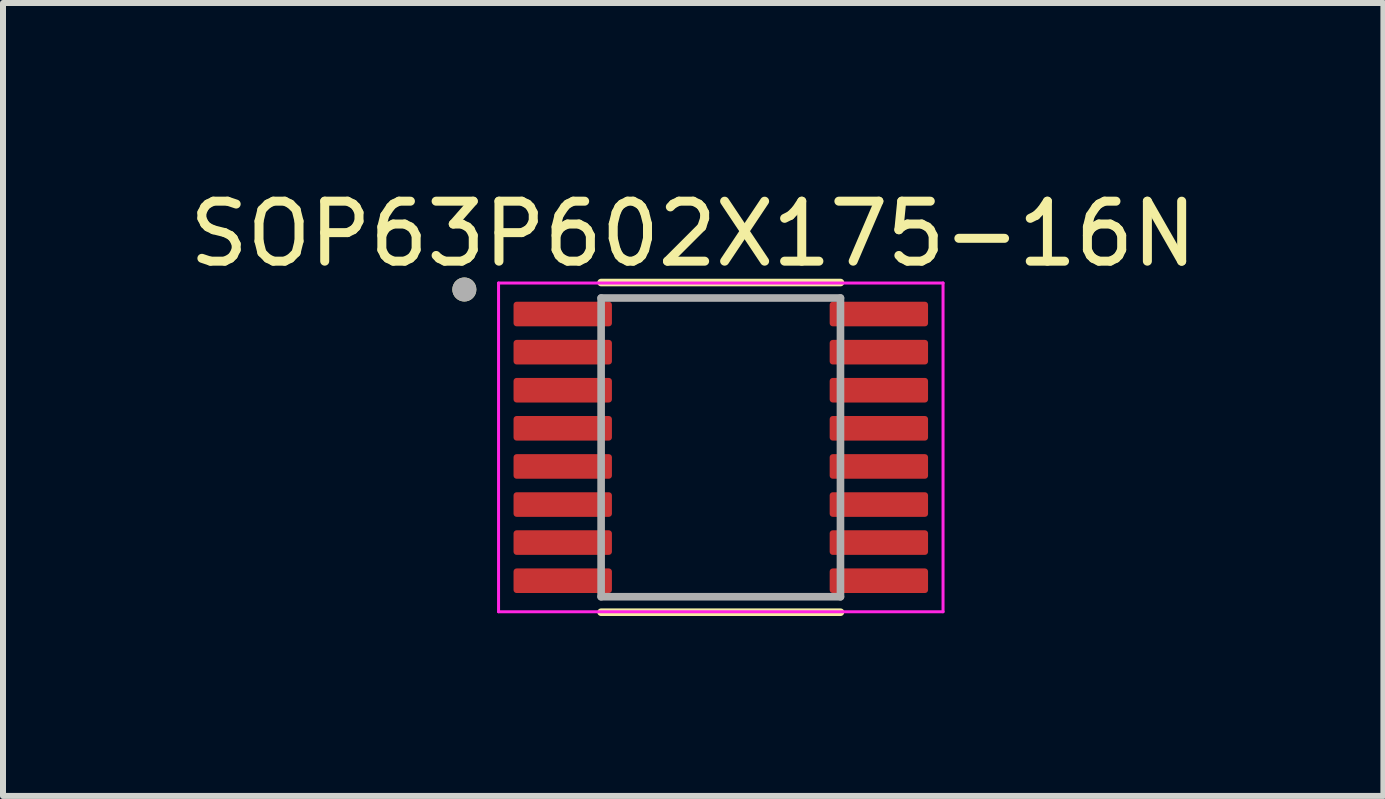
<source format=kicad_pcb>
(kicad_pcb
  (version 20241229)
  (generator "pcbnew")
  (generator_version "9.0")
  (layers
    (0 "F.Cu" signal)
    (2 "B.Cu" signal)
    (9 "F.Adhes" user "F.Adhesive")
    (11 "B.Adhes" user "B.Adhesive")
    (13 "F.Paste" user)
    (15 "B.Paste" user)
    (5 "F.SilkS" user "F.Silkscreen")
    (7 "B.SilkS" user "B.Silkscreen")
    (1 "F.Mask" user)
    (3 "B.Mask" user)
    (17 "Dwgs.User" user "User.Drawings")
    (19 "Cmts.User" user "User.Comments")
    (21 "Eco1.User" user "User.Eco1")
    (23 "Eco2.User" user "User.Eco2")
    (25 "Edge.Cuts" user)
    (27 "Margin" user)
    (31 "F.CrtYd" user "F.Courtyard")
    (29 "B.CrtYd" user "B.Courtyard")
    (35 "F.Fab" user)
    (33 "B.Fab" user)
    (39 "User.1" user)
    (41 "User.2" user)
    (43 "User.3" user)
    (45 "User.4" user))
  (footprint "SOP63P602X175-16N"
    (layer "F.Cu")
    (at 8.966 4.408)
    (property "Reference" "SOP63P602X175-16N" (at -0.46 -3.559 0) (layer "F.SilkS") (effects (font (size 1 1) (thickness 0.15))))
    (attr smd)
    (fp_line (start -1.995 -2.748) (end 1.995 -2.748) (stroke (width 0.127) (type solid)) (layer "F.SilkS"))
    (fp_line (start -1.995 2.748) (end 1.995 2.748) (stroke (width 0.127) (type solid)) (layer "F.SilkS"))
    (fp_circle (center -4.275 -2.632) (end -4.175 -2.632) (stroke (width 0.2) (type solid)) (fill no) (layer "F.SilkS"))
    (fp_line (start -3.705 -2.74) (end -3.705 2.74) (stroke (width 0.05) (type solid)) (layer "F.CrtYd"))
    (fp_line (start -3.705 -2.74) (end 3.705 -2.74) (stroke (width 0.05) (type solid)) (layer "F.CrtYd"))
    (fp_line (start -3.705 2.74) (end 3.705 2.74) (stroke (width 0.05) (type solid)) (layer "F.CrtYd"))
    (fp_line (start 3.705 -2.74) (end 3.705 2.74) (stroke (width 0.05) (type solid)) (layer "F.CrtYd"))
    (fp_line (start -1.995 -2.49) (end -1.995 2.49) (stroke (width 0.127) (type solid)) (layer "F.Fab"))
    (fp_line (start -1.995 -2.49) (end 1.995 -2.49) (stroke (width 0.127) (type solid)) (layer "F.Fab"))
    (fp_line (start -1.995 2.49) (end 1.995 2.49) (stroke (width 0.127) (type solid)) (layer "F.Fab"))
    (fp_line (start 1.995 -2.49) (end 1.995 2.49) (stroke (width 0.127) (type solid)) (layer "F.Fab"))
    (fp_circle (center -4.275 -2.632) (end -4.175 -2.632) (stroke (width 0.2) (type solid)) (fill no) (layer "F.Fab"))
    (pad "1" smd roundrect (at -2.635 -2.223) (size 1.64 0.41) (layers "F.Cu" "F.Mask" "F.Paste") (roundrect_rratio 0.125))
    (pad "2" smd roundrect (at -2.635 -1.587) (size 1.64 0.41) (layers "F.Cu" "F.Mask" "F.Paste") (roundrect_rratio 0.125))
    (pad "3" smd roundrect (at -2.635 -0.953) (size 1.64 0.41) (layers "F.Cu" "F.Mask" "F.Paste") (roundrect_rratio 0.125))
    (pad "4" smd roundrect (at -2.635 -0.318) (size 1.64 0.41) (layers "F.Cu" "F.Mask" "F.Paste") (roundrect_rratio 0.125))
    (pad "5" smd roundrect (at -2.635 0.318) (size 1.64 0.41) (layers "F.Cu" "F.Mask" "F.Paste") (roundrect_rratio 0.125))
    (pad "6" smd roundrect (at -2.635 0.953) (size 1.64 0.41) (layers "F.Cu" "F.Mask" "F.Paste") (roundrect_rratio 0.125))
    (pad "7" smd roundrect (at -2.635 1.587) (size 1.64 0.41) (layers "F.Cu" "F.Mask" "F.Paste") (roundrect_rratio 0.125))
    (pad "8" smd roundrect (at -2.635 2.223) (size 1.64 0.41) (layers "F.Cu" "F.Mask" "F.Paste") (roundrect_rratio 0.125))
    (pad "9" smd roundrect (at 2.635 2.223) (size 1.64 0.41) (layers "F.Cu" "F.Mask" "F.Paste") (roundrect_rratio 0.125))
    (pad "10" smd roundrect (at 2.635 1.587) (size 1.64 0.41) (layers "F.Cu" "F.Mask" "F.Paste") (roundrect_rratio 0.125))
    (pad "11" smd roundrect (at 2.635 0.953) (size 1.64 0.41) (layers "F.Cu" "F.Mask" "F.Paste") (roundrect_rratio 0.125))
    (pad "12" smd roundrect (at 2.635 0.318) (size 1.64 0.41) (layers "F.Cu" "F.Mask" "F.Paste") (roundrect_rratio 0.125))
    (pad "13" smd roundrect (at 2.635 -0.318) (size 1.64 0.41) (layers "F.Cu" "F.Mask" "F.Paste") (roundrect_rratio 0.125))
    (pad "14" smd roundrect (at 2.635 -0.953) (size 1.64 0.41) (layers "F.Cu" "F.Mask" "F.Paste") (roundrect_rratio 0.125))
    (pad "15" smd roundrect (at 2.635 -1.587) (size 1.64 0.41) (layers "F.Cu" "F.Mask" "F.Paste") (roundrect_rratio 0.125))
    (pad "16" smd roundrect (at 2.635 -2.223) (size 1.64 0.41) (layers "F.Cu" "F.Mask" "F.Paste") (roundrect_rratio 0.125)))
  (gr_rect
    (start -3 -3)
    (end 20.012 10.219)
    (stroke (width 0.1) (type default))
    (fill no)
    (layer "Edge.Cuts")))
</source>
